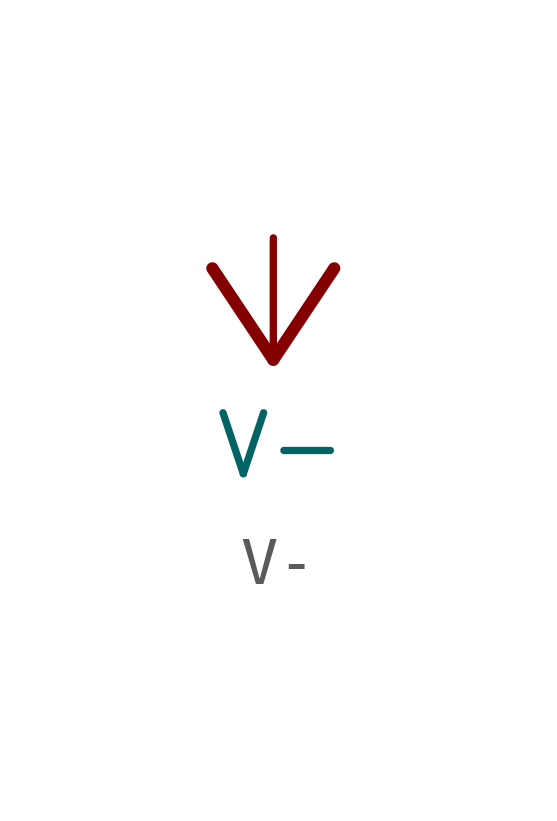
<source format=kicad_sym>
(kicad_symbol_lib
  (version 20241209)
  (generator "kicad_symbol_editor")
  (generator_version "9.0")
  (symbol "V-"
    (power)
    (property "Reference" "#SUPPLY"
      (at 0 0 0)
      (effects (font (size 1.27 1.27)) (hide yes)))
    (property "Value" "V-"
      (at -1.27 -2.54 0)
      (effects (font (size 1.27 1.27)) (justify left bottom)))
    (property "ki_locked" ""
      (at 0 0 0)
      (effects (font (size 1.27 1.27))))
    (symbol "V-_1_0"
      (polyline (pts (xy -1.27 1.905) (xy 0 0)) (stroke (width 0.254) (type solid)) (fill (type none)))
      (polyline (pts (xy 0 0) (xy 1.27 1.905)) (stroke (width 0.254) (type solid)) (fill (type none)))
      (pin power_in line (at 0 2.54 270) (length 2.54) (name "V-" (effects (font (size 0 0)))) (number "1" (effects (font (size 0 0))))))))
</source>
